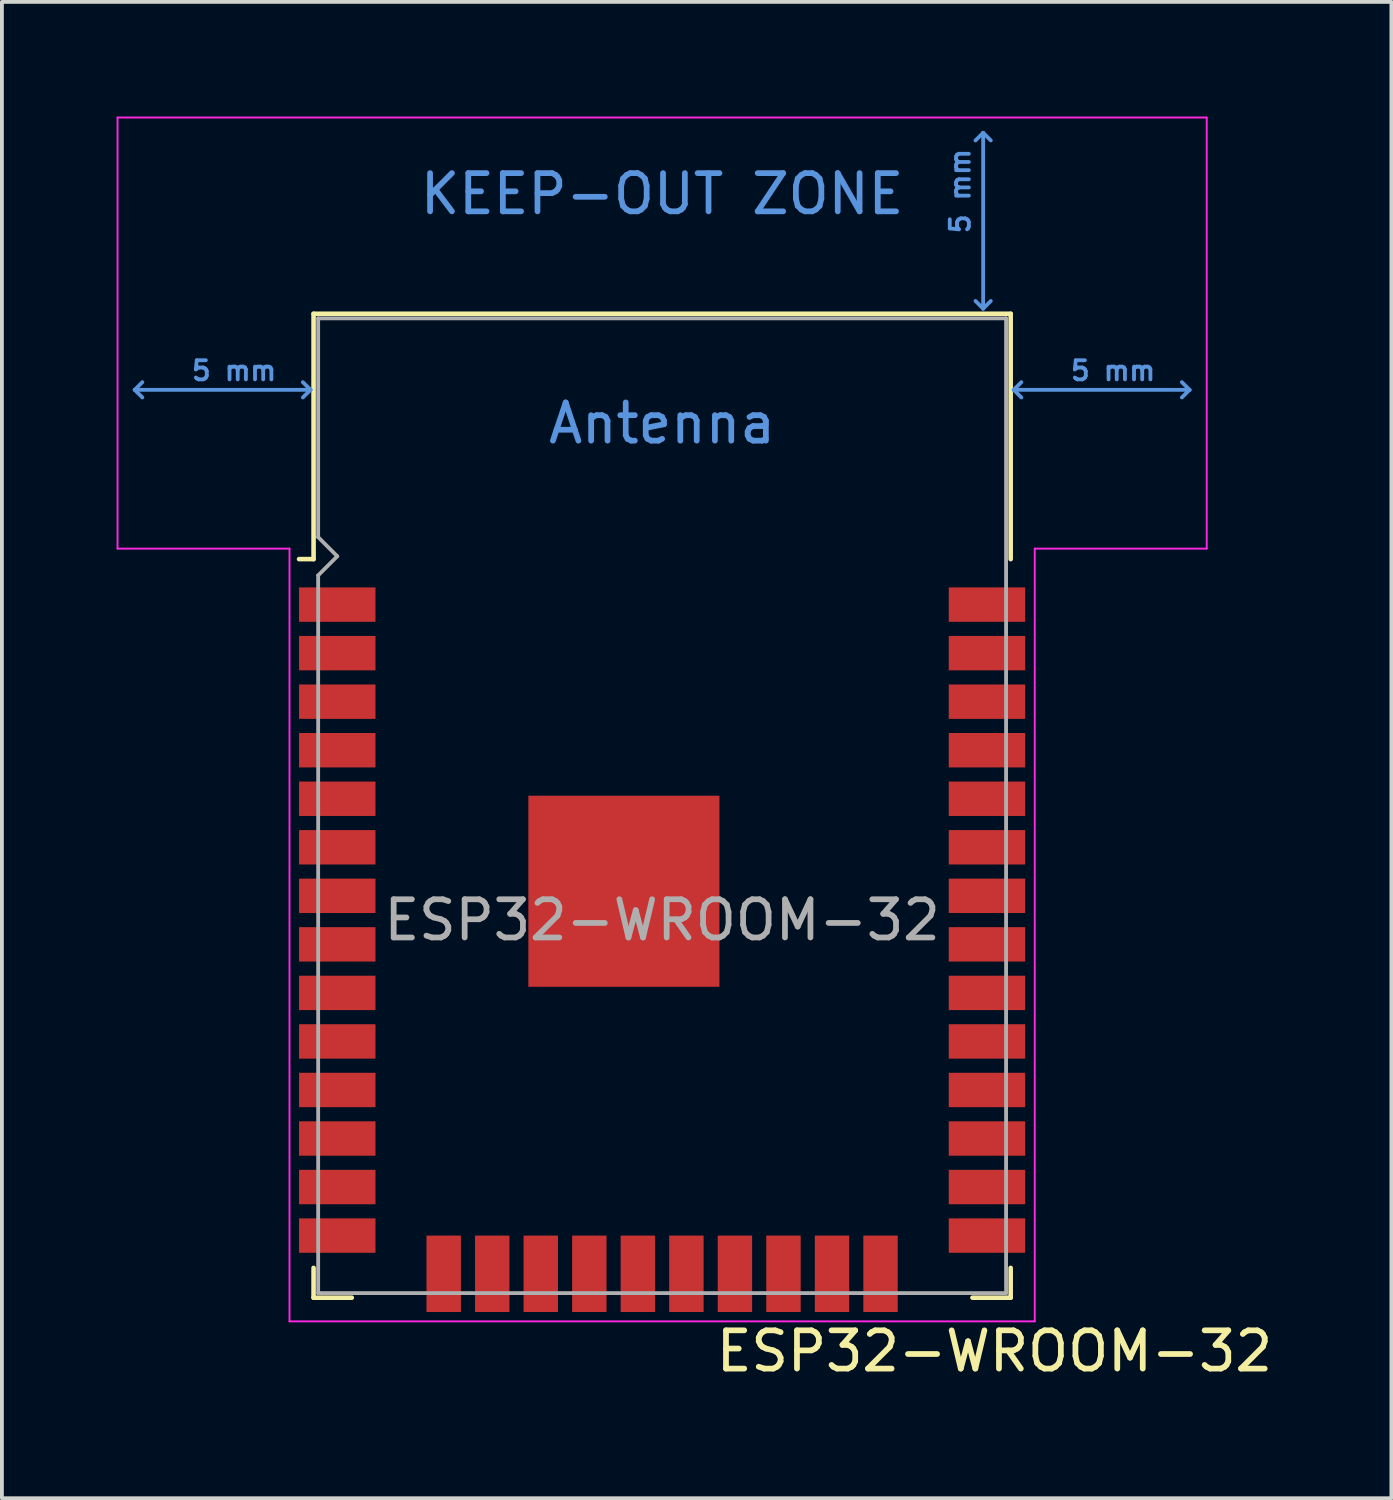
<source format=kicad_pcb>
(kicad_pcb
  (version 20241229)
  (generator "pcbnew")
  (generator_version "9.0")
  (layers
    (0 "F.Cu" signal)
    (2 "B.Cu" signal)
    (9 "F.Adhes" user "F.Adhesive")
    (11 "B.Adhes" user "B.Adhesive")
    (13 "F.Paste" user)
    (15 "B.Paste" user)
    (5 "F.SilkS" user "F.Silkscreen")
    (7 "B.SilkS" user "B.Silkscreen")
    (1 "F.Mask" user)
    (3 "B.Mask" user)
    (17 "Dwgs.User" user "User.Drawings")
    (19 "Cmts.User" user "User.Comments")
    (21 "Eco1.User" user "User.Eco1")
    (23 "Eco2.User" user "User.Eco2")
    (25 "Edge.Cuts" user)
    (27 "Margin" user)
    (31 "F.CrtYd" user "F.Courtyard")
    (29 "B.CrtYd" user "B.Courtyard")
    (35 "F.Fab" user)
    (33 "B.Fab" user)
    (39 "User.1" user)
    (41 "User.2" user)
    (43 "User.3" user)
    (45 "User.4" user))
  (footprint "ESP32-WROOM-32"
    (layer "F.Cu")
    (at 14.275 21.025)
    (property "Reference" "ESP32-WROOM-32" (at 8.695 11.28 0) (layer "F.SilkS") (effects (font (size 1 1) (thickness 0.15))))
    (attr smd)
    (fp_line (start -9.12 -15.865) (end -9.12 -9.445) (stroke (width 0.12) (type solid)) (layer "F.SilkS"))
    (fp_line (start -9.12 -15.865) (end 9.12 -15.865) (stroke (width 0.12) (type solid)) (layer "F.SilkS"))
    (fp_line (start -9.12 -9.445) (end -9.5 -9.445) (stroke (width 0.12) (type solid)) (layer "F.SilkS"))
    (fp_line (start -9.12 9.1) (end -9.12 9.88) (stroke (width 0.12) (type solid)) (layer "F.SilkS"))
    (fp_line (start -9.12 9.88) (end -8.12 9.88) (stroke (width 0.12) (type solid)) (layer "F.SilkS"))
    (fp_line (start 9.12 -15.865) (end 9.12 -9.445) (stroke (width 0.12) (type solid)) (layer "F.SilkS"))
    (fp_line (start 9.12 9.1) (end 9.12 9.88) (stroke (width 0.12) (type solid)) (layer "F.SilkS"))
    (fp_line (start 9.12 9.88) (end 8.12 9.88) (stroke (width 0.12) (type solid)) (layer "F.SilkS"))
    (fp_line (start -13.8 -13.875) (end -13.6 -14.075) (stroke (width 0.1) (type solid)) (layer "Cmts.User"))
    (fp_line (start -13.8 -13.875) (end -13.6 -13.675) (stroke (width 0.1) (type solid)) (layer "Cmts.User"))
    (fp_line (start -13.8 -13.875) (end -9.2 -13.875) (stroke (width 0.1) (type solid)) (layer "Cmts.User"))
    (fp_line (start -9.2 -13.875) (end -9.4 -14.075) (stroke (width 0.1) (type solid)) (layer "Cmts.User"))
    (fp_line (start -9.2 -13.875) (end -9.4 -13.675) (stroke (width 0.1) (type solid)) (layer "Cmts.User"))
    (fp_line (start 8.4 -20.6) (end 8.2 -20.4) (stroke (width 0.1) (type solid)) (layer "Cmts.User"))
    (fp_line (start 8.4 -20.6) (end 8.6 -20.4) (stroke (width 0.1) (type solid)) (layer "Cmts.User"))
    (fp_line (start 8.4 -16) (end 8.2 -16.2) (stroke (width 0.1) (type solid)) (layer "Cmts.User"))
    (fp_line (start 8.4 -16) (end 8.4 -20.6) (stroke (width 0.1) (type solid)) (layer "Cmts.User"))
    (fp_line (start 8.4 -16) (end 8.6 -16.2) (stroke (width 0.1) (type solid)) (layer "Cmts.User"))
    (fp_line (start 9.2 -13.875) (end 9.4 -14.075) (stroke (width 0.1) (type solid)) (layer "Cmts.User"))
    (fp_line (start 9.2 -13.875) (end 9.4 -13.675) (stroke (width 0.1) (type solid)) (layer "Cmts.User"))
    (fp_line (start 9.2 -13.875) (end 13.8 -13.875) (stroke (width 0.1) (type solid)) (layer "Cmts.User"))
    (fp_line (start 13.8 -13.875) (end 13.6 -14.075) (stroke (width 0.1) (type solid)) (layer "Cmts.User"))
    (fp_line (start 13.8 -13.875) (end 13.6 -13.675) (stroke (width 0.1) (type solid)) (layer "Cmts.User"))
    (fp_line (start -14.25 -21) (end -14.25 -9.72) (stroke (width 0.05) (type solid)) (layer "F.CrtYd"))
    (fp_line (start -14.25 -21) (end 14.25 -21) (stroke (width 0.05) (type solid)) (layer "F.CrtYd"))
    (fp_line (start -14.25 -9.72) (end -9.75 -9.72) (stroke (width 0.05) (type solid)) (layer "F.CrtYd"))
    (fp_line (start -9.75 10.5) (end -9.75 -9.72) (stroke (width 0.05) (type solid)) (layer "F.CrtYd"))
    (fp_line (start -9.75 10.5) (end 9.75 10.5) (stroke (width 0.05) (type solid)) (layer "F.CrtYd"))
    (fp_line (start 9.75 -9.72) (end 9.75 10.5) (stroke (width 0.05) (type solid)) (layer "F.CrtYd"))
    (fp_line (start 9.75 -9.72) (end 14.25 -9.72) (stroke (width 0.05) (type solid)) (layer "F.CrtYd"))
    (fp_line (start 14.25 -21) (end 14.25 -9.72) (stroke (width 0.05) (type solid)) (layer "F.CrtYd"))
    (fp_line (start -9 -15.745) (end -9 -10.02) (stroke (width 0.1) (type solid)) (layer "F.Fab"))
    (fp_line (start -9 -15.745) (end 9 -15.745) (stroke (width 0.1) (type solid)) (layer "F.Fab"))
    (fp_line (start -9 -9.02) (end -9 9.76) (stroke (width 0.1) (type solid)) (layer "F.Fab"))
    (fp_line (start -9 -9.02) (end -8.5 -9.52) (stroke (width 0.1) (type solid)) (layer "F.Fab"))
    (fp_line (start -9 9.76) (end 9 9.76) (stroke (width 0.1) (type solid)) (layer "F.Fab"))
    (fp_line (start -8.5 -9.52) (end -9 -10.02) (stroke (width 0.1) (type solid)) (layer "F.Fab"))
    (fp_line (start 9 9.76) (end 9 -15.745) (stroke (width 0.1) (type solid)) (layer "F.Fab"))
    (fp_text user "5 mm" (at 11.8 -14.375 180) (layer "Cmts.User") (effects (font (size 0.5 0.5) (thickness 0.1))))
    (fp_text user "5 mm" (at -11.2 -14.375 180) (layer "Cmts.User") (effects (font (size 0.5 0.5) (thickness 0.1))))
    (fp_text user "KEEP-OUT ZONE" (at 0 -19 180) (layer "Cmts.User") (effects (font (size 1 1) (thickness 0.15))))
    (fp_text user "Antenna" (at 0 -13 180) (layer "Cmts.User") (effects (font (size 1 1) (thickness 0.15))))
    (fp_text user "5 mm" (at 7.8 -19.075 270) (layer "Cmts.User") (effects (font (size 0.5 0.5) (thickness 0.1))))
    (fp_text user "${REFERENCE}" (at 0 0 180) (layer "F.Fab") (effects (font (size 1 1) (thickness 0.15))))
    (pad "1" smd rect (at -8.5 -8.255) (size 2 0.9) (layers "F.Cu" "F.Mask" "F.Paste"))
    (pad "2" smd rect (at -8.5 -6.985) (size 2 0.9) (layers "F.Cu" "F.Mask" "F.Paste"))
    (pad "3" smd rect (at -8.5 -5.715) (size 2 0.9) (layers "F.Cu" "F.Mask" "F.Paste"))
    (pad "4" smd rect (at -8.5 -4.445) (size 2 0.9) (layers "F.Cu" "F.Mask" "F.Paste"))
    (pad "5" smd rect (at -8.5 -3.175) (size 2 0.9) (layers "F.Cu" "F.Mask" "F.Paste"))
    (pad "6" smd rect (at -8.5 -1.905) (size 2 0.9) (layers "F.Cu" "F.Mask" "F.Paste"))
    (pad "7" smd rect (at -8.5 -0.635) (size 2 0.9) (layers "F.Cu" "F.Mask" "F.Paste"))
    (pad "8" smd rect (at -8.5 0.635) (size 2 0.9) (layers "F.Cu" "F.Mask" "F.Paste"))
    (pad "9" smd rect (at -8.5 1.905) (size 2 0.9) (layers "F.Cu" "F.Mask" "F.Paste"))
    (pad "10" smd rect (at -8.5 3.175) (size 2 0.9) (layers "F.Cu" "F.Mask" "F.Paste"))
    (pad "11" smd rect (at -8.5 4.445) (size 2 0.9) (layers "F.Cu" "F.Mask" "F.Paste"))
    (pad "12" smd rect (at -8.5 5.715) (size 2 0.9) (layers "F.Cu" "F.Mask" "F.Paste"))
    (pad "13" smd rect (at -8.5 6.985) (size 2 0.9) (layers "F.Cu" "F.Mask" "F.Paste"))
    (pad "14" smd rect (at -8.5 8.255) (size 2 0.9) (layers "F.Cu" "F.Mask" "F.Paste"))
    (pad "15" smd rect (at -5.715 9.255 90) (size 2 0.9) (layers "F.Cu" "F.Mask" "F.Paste"))
    (pad "16" smd rect (at -4.445 9.255 90) (size 2 0.9) (layers "F.Cu" "F.Mask" "F.Paste"))
    (pad "17" smd rect (at -3.175 9.255 90) (size 2 0.9) (layers "F.Cu" "F.Mask" "F.Paste"))
    (pad "18" smd rect (at -1.905 9.255 90) (size 2 0.9) (layers "F.Cu" "F.Mask" "F.Paste"))
    (pad "19" smd rect (at -0.635 9.255 90) (size 2 0.9) (layers "F.Cu" "F.Mask" "F.Paste"))
    (pad "20" smd rect (at 0.635 9.255 90) (size 2 0.9) (layers "F.Cu" "F.Mask" "F.Paste"))
    (pad "21" smd rect (at 1.905 9.255 90) (size 2 0.9) (layers "F.Cu" "F.Mask" "F.Paste"))
    (pad "22" smd rect (at 3.175 9.255 90) (size 2 0.9) (layers "F.Cu" "F.Mask" "F.Paste"))
    (pad "23" smd rect (at 4.445 9.255 90) (size 2 0.9) (layers "F.Cu" "F.Mask" "F.Paste"))
    (pad "24" smd rect (at 5.715 9.255 90) (size 2 0.9) (layers "F.Cu" "F.Mask" "F.Paste"))
    (pad "25" smd rect (at 8.5 8.255) (size 2 0.9) (layers "F.Cu" "F.Mask" "F.Paste"))
    (pad "26" smd rect (at 8.5 6.985) (size 2 0.9) (layers "F.Cu" "F.Mask" "F.Paste"))
    (pad "27" smd rect (at 8.5 5.715) (size 2 0.9) (layers "F.Cu" "F.Mask" "F.Paste"))
    (pad "28" smd rect (at 8.5 4.445) (size 2 0.9) (layers "F.Cu" "F.Mask" "F.Paste"))
    (pad "29" smd rect (at 8.5 3.175) (size 2 0.9) (layers "F.Cu" "F.Mask" "F.Paste"))
    (pad "30" smd rect (at 8.5 1.905) (size 2 0.9) (layers "F.Cu" "F.Mask" "F.Paste"))
    (pad "31" smd rect (at 8.5 0.635) (size 2 0.9) (layers "F.Cu" "F.Mask" "F.Paste"))
    (pad "32" smd rect (at 8.5 -0.635) (size 2 0.9) (layers "F.Cu" "F.Mask" "F.Paste"))
    (pad "33" smd rect (at 8.5 -1.905) (size 2 0.9) (layers "F.Cu" "F.Mask" "F.Paste"))
    (pad "34" smd rect (at 8.5 -3.175) (size 2 0.9) (layers "F.Cu" "F.Mask" "F.Paste"))
    (pad "35" smd rect (at 8.5 -4.445) (size 2 0.9) (layers "F.Cu" "F.Mask" "F.Paste"))
    (pad "36" smd rect (at 8.5 -5.715) (size 2 0.9) (layers "F.Cu" "F.Mask" "F.Paste"))
    (pad "37" smd rect (at 8.5 -6.985) (size 2 0.9) (layers "F.Cu" "F.Mask" "F.Paste"))
    (pad "38" smd rect (at 8.5 -8.255) (size 2 0.9) (layers "F.Cu" "F.Mask" "F.Paste"))
    (pad "39" smd rect (at -1 -0.755) (size 5 5) (layers "F.Cu" "F.Mask" "F.Paste"))
    (zone (net_name "") (layers "F.Cu" "B.Cu") (hatch full 0.508) (connect_pads) (min_thickness 0.254) (filled_areas_thickness no) (keepout (tracks not_allowed) (vias not_allowed) (pads not_allowed) (copperpour not_allowed) (footprints not_allowed)) (placement (enabled no)) (fill) (polygon (pts (xy 0.275 11.055) (xy 28.275 11.055) (xy 28.275 0.275) (xy 0.275 0.275)))))
  (gr_rect
    (start -3 -3)
    (end 33.357 36.153)
    (stroke (width 0.1) (type default))
    (fill no)
    (layer "Edge.Cuts")))
</source>
